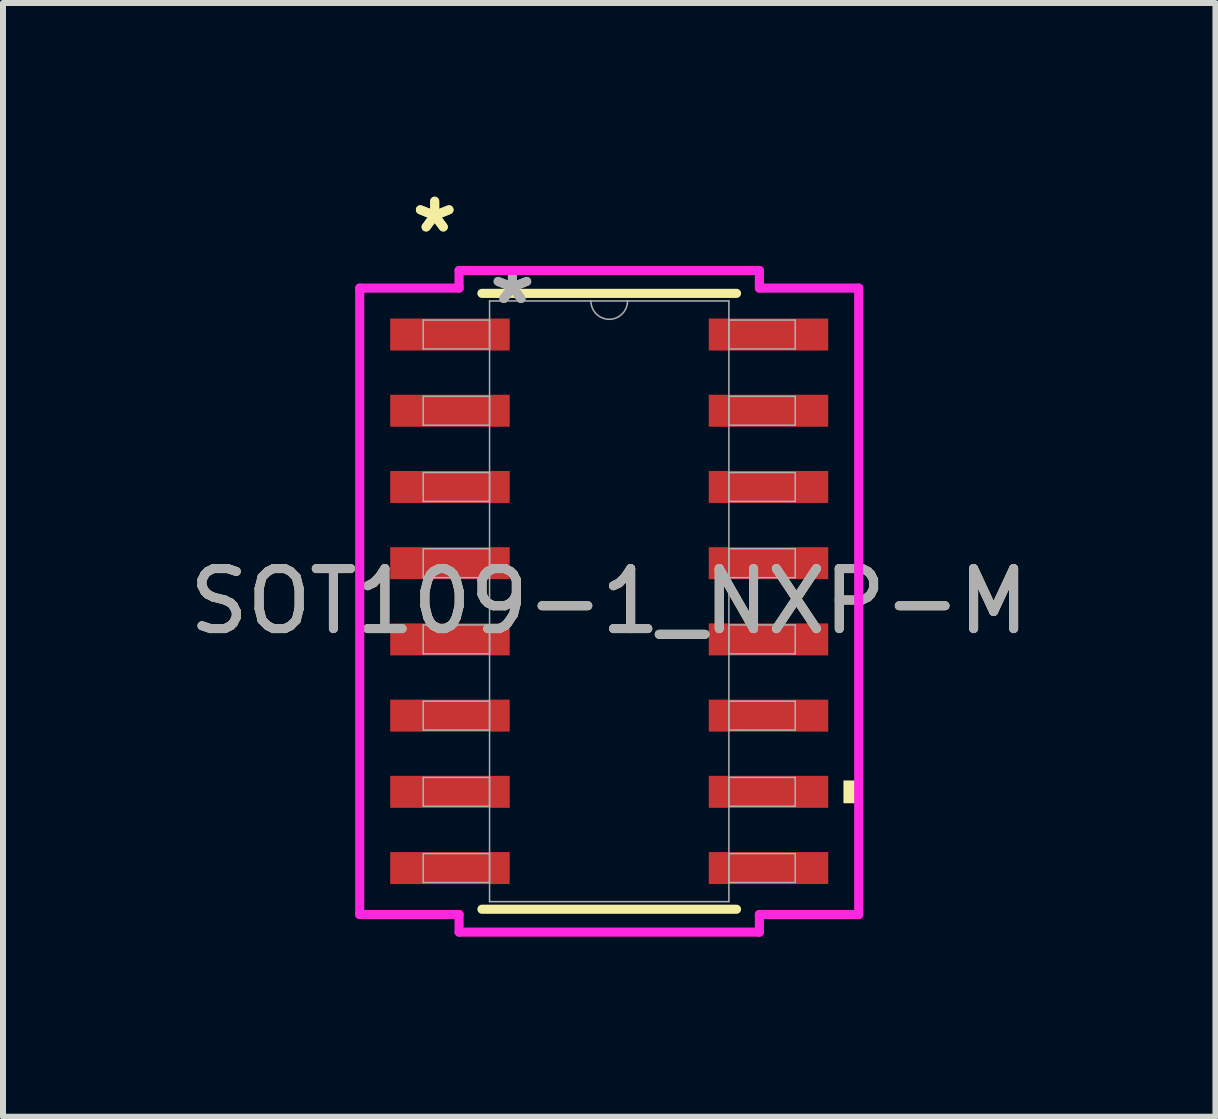
<source format=kicad_pcb>
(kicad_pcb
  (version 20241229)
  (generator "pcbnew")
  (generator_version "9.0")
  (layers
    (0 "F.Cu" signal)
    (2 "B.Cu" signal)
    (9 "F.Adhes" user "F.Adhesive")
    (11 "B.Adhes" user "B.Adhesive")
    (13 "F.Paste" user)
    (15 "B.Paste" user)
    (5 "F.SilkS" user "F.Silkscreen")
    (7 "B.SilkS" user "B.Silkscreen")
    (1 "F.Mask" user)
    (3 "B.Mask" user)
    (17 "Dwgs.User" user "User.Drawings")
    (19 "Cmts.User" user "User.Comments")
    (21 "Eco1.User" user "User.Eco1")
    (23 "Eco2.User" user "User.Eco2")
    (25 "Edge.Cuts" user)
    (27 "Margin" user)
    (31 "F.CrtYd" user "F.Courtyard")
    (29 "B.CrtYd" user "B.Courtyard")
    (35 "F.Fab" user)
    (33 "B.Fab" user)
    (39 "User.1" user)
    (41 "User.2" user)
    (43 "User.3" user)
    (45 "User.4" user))
  (footprint "SOT109-1_NXP-M"
    (layer "F.Cu")
    (at 7.101 6.969)
    (property "Reference" "SOT109-1_NXP-M" (at 0 0 0) (unlocked yes) (layer "F.SilkS") (effects (font (size 1 1) (thickness 0.15))))
    (attr smd)
    (fp_line (start -2.121 5.131) (end 2.121 5.131) (stroke (width 0.152) (type solid)) (layer "F.SilkS"))
    (fp_line (start 2.121 -5.131) (end -2.121 -5.131) (stroke (width 0.152) (type solid)) (layer "F.SilkS"))
    (fp_poly (pts (xy 4.157 2.985) (xy 4.157 3.365) (xy 3.903 3.365) (xy 3.903 2.985)) (stroke (width 0) (type solid)) (fill yes) (layer "F.SilkS"))
    (fp_line (start -4.157 -5.219) (end -2.502 -5.219) (stroke (width 0.152) (type solid)) (layer "F.CrtYd"))
    (fp_line (start -4.157 5.219) (end -4.157 -5.219) (stroke (width 0.152) (type solid)) (layer "F.CrtYd"))
    (fp_line (start -4.157 5.219) (end -2.502 5.219) (stroke (width 0.152) (type solid)) (layer "F.CrtYd"))
    (fp_line (start -2.502 -5.512) (end 2.502 -5.512) (stroke (width 0.152) (type solid)) (layer "F.CrtYd"))
    (fp_line (start -2.502 -5.219) (end -2.502 -5.512) (stroke (width 0.152) (type solid)) (layer "F.CrtYd"))
    (fp_line (start -2.502 5.512) (end -2.502 5.219) (stroke (width 0.152) (type solid)) (layer "F.CrtYd"))
    (fp_line (start 2.502 -5.512) (end 2.502 -5.219) (stroke (width 0.152) (type solid)) (layer "F.CrtYd"))
    (fp_line (start 2.502 5.219) (end 2.502 5.512) (stroke (width 0.152) (type solid)) (layer "F.CrtYd"))
    (fp_line (start 2.502 5.512) (end -2.502 5.512) (stroke (width 0.152) (type solid)) (layer "F.CrtYd"))
    (fp_line (start 4.157 -5.219) (end 2.502 -5.219) (stroke (width 0.152) (type solid)) (layer "F.CrtYd"))
    (fp_line (start 4.157 -5.219) (end 4.157 5.219) (stroke (width 0.152) (type solid)) (layer "F.CrtYd"))
    (fp_line (start 4.157 5.219) (end 2.502 5.219) (stroke (width 0.152) (type solid)) (layer "F.CrtYd"))
    (fp_line (start -3.099 -4.686) (end -3.099 -4.204) (stroke (width 0.025) (type solid)) (layer "F.Fab"))
    (fp_line (start -3.099 -4.204) (end -1.994 -4.204) (stroke (width 0.025) (type solid)) (layer "F.Fab"))
    (fp_line (start -3.099 -3.416) (end -3.099 -2.934) (stroke (width 0.025) (type solid)) (layer "F.Fab"))
    (fp_line (start -3.099 -2.934) (end -1.994 -2.934) (stroke (width 0.025) (type solid)) (layer "F.Fab"))
    (fp_line (start -3.099 -2.146) (end -3.099 -1.664) (stroke (width 0.025) (type solid)) (layer "F.Fab"))
    (fp_line (start -3.099 -1.664) (end -1.994 -1.664) (stroke (width 0.025) (type solid)) (layer "F.Fab"))
    (fp_line (start -3.099 -0.876) (end -3.099 -0.394) (stroke (width 0.025) (type solid)) (layer "F.Fab"))
    (fp_line (start -3.099 -0.394) (end -1.994 -0.394) (stroke (width 0.025) (type solid)) (layer "F.Fab"))
    (fp_line (start -3.099 0.394) (end -3.099 0.876) (stroke (width 0.025) (type solid)) (layer "F.Fab"))
    (fp_line (start -3.099 0.876) (end -1.994 0.876) (stroke (width 0.025) (type solid)) (layer "F.Fab"))
    (fp_line (start -3.099 1.664) (end -3.099 2.146) (stroke (width 0.025) (type solid)) (layer "F.Fab"))
    (fp_line (start -3.099 2.146) (end -1.994 2.146) (stroke (width 0.025) (type solid)) (layer "F.Fab"))
    (fp_line (start -3.099 2.934) (end -3.099 3.416) (stroke (width 0.025) (type solid)) (layer "F.Fab"))
    (fp_line (start -3.099 3.416) (end -1.994 3.416) (stroke (width 0.025) (type solid)) (layer "F.Fab"))
    (fp_line (start -3.099 4.204) (end -3.099 4.686) (stroke (width 0.025) (type solid)) (layer "F.Fab"))
    (fp_line (start -3.099 4.686) (end -1.994 4.686) (stroke (width 0.025) (type solid)) (layer "F.Fab"))
    (fp_line (start -1.994 -5.004) (end -1.994 5.004) (stroke (width 0.025) (type solid)) (layer "F.Fab"))
    (fp_line (start -1.994 -4.686) (end -3.099 -4.686) (stroke (width 0.025) (type solid)) (layer "F.Fab"))
    (fp_line (start -1.994 -4.204) (end -1.994 -4.686) (stroke (width 0.025) (type solid)) (layer "F.Fab"))
    (fp_line (start -1.994 -3.416) (end -3.099 -3.416) (stroke (width 0.025) (type solid)) (layer "F.Fab"))
    (fp_line (start -1.994 -2.934) (end -1.994 -3.416) (stroke (width 0.025) (type solid)) (layer "F.Fab"))
    (fp_line (start -1.994 -2.146) (end -3.099 -2.146) (stroke (width 0.025) (type solid)) (layer "F.Fab"))
    (fp_line (start -1.994 -1.664) (end -1.994 -2.146) (stroke (width 0.025) (type solid)) (layer "F.Fab"))
    (fp_line (start -1.994 -0.876) (end -3.099 -0.876) (stroke (width 0.025) (type solid)) (layer "F.Fab"))
    (fp_line (start -1.994 -0.394) (end -1.994 -0.876) (stroke (width 0.025) (type solid)) (layer "F.Fab"))
    (fp_line (start -1.994 0.394) (end -3.099 0.394) (stroke (width 0.025) (type solid)) (layer "F.Fab"))
    (fp_line (start -1.994 0.876) (end -1.994 0.394) (stroke (width 0.025) (type solid)) (layer "F.Fab"))
    (fp_line (start -1.994 1.664) (end -3.099 1.664) (stroke (width 0.025) (type solid)) (layer "F.Fab"))
    (fp_line (start -1.994 2.146) (end -1.994 1.664) (stroke (width 0.025) (type solid)) (layer "F.Fab"))
    (fp_line (start -1.994 2.934) (end -3.099 2.934) (stroke (width 0.025) (type solid)) (layer "F.Fab"))
    (fp_line (start -1.994 3.416) (end -1.994 2.934) (stroke (width 0.025) (type solid)) (layer "F.Fab"))
    (fp_line (start -1.994 4.204) (end -3.099 4.204) (stroke (width 0.025) (type solid)) (layer "F.Fab"))
    (fp_line (start -1.994 4.686) (end -1.994 4.204) (stroke (width 0.025) (type solid)) (layer "F.Fab"))
    (fp_line (start -1.994 5.004) (end 1.994 5.004) (stroke (width 0.025) (type solid)) (layer "F.Fab"))
    (fp_line (start 1.994 -5.004) (end -1.994 -5.004) (stroke (width 0.025) (type solid)) (layer "F.Fab"))
    (fp_line (start 1.994 -4.686) (end 1.994 -4.204) (stroke (width 0.025) (type solid)) (layer "F.Fab"))
    (fp_line (start 1.994 -4.204) (end 3.099 -4.204) (stroke (width 0.025) (type solid)) (layer "F.Fab"))
    (fp_line (start 1.994 -3.416) (end 1.994 -2.934) (stroke (width 0.025) (type solid)) (layer "F.Fab"))
    (fp_line (start 1.994 -2.934) (end 3.099 -2.934) (stroke (width 0.025) (type solid)) (layer "F.Fab"))
    (fp_line (start 1.994 -2.146) (end 1.994 -1.664) (stroke (width 0.025) (type solid)) (layer "F.Fab"))
    (fp_line (start 1.994 -1.664) (end 3.099 -1.664) (stroke (width 0.025) (type solid)) (layer "F.Fab"))
    (fp_line (start 1.994 -0.876) (end 1.994 -0.394) (stroke (width 0.025) (type solid)) (layer "F.Fab"))
    (fp_line (start 1.994 -0.394) (end 3.099 -0.394) (stroke (width 0.025) (type solid)) (layer "F.Fab"))
    (fp_line (start 1.994 0.394) (end 1.994 0.876) (stroke (width 0.025) (type solid)) (layer "F.Fab"))
    (fp_line (start 1.994 0.876) (end 3.099 0.876) (stroke (width 0.025) (type solid)) (layer "F.Fab"))
    (fp_line (start 1.994 1.664) (end 1.994 2.146) (stroke (width 0.025) (type solid)) (layer "F.Fab"))
    (fp_line (start 1.994 2.146) (end 3.099 2.146) (stroke (width 0.025) (type solid)) (layer "F.Fab"))
    (fp_line (start 1.994 2.934) (end 1.994 3.416) (stroke (width 0.025) (type solid)) (layer "F.Fab"))
    (fp_line (start 1.994 3.416) (end 3.099 3.416) (stroke (width 0.025) (type solid)) (layer "F.Fab"))
    (fp_line (start 1.994 4.204) (end 1.994 4.686) (stroke (width 0.025) (type solid)) (layer "F.Fab"))
    (fp_line (start 1.994 4.686) (end 3.099 4.686) (stroke (width 0.025) (type solid)) (layer "F.Fab"))
    (fp_line (start 1.994 5.004) (end 1.994 -5.004) (stroke (width 0.025) (type solid)) (layer "F.Fab"))
    (fp_line (start 3.099 -4.686) (end 1.994 -4.686) (stroke (width 0.025) (type solid)) (layer "F.Fab"))
    (fp_line (start 3.099 -4.204) (end 3.099 -4.686) (stroke (width 0.025) (type solid)) (layer "F.Fab"))
    (fp_line (start 3.099 -3.416) (end 1.994 -3.416) (stroke (width 0.025) (type solid)) (layer "F.Fab"))
    (fp_line (start 3.099 -2.934) (end 3.099 -3.416) (stroke (width 0.025) (type solid)) (layer "F.Fab"))
    (fp_line (start 3.099 -2.146) (end 1.994 -2.146) (stroke (width 0.025) (type solid)) (layer "F.Fab"))
    (fp_line (start 3.099 -1.664) (end 3.099 -2.146) (stroke (width 0.025) (type solid)) (layer "F.Fab"))
    (fp_line (start 3.099 -0.876) (end 1.994 -0.876) (stroke (width 0.025) (type solid)) (layer "F.Fab"))
    (fp_line (start 3.099 -0.394) (end 3.099 -0.876) (stroke (width 0.025) (type solid)) (layer "F.Fab"))
    (fp_line (start 3.099 0.394) (end 1.994 0.394) (stroke (width 0.025) (type solid)) (layer "F.Fab"))
    (fp_line (start 3.099 0.876) (end 3.099 0.394) (stroke (width 0.025) (type solid)) (layer "F.Fab"))
    (fp_line (start 3.099 1.664) (end 1.994 1.664) (stroke (width 0.025) (type solid)) (layer "F.Fab"))
    (fp_line (start 3.099 2.146) (end 3.099 1.664) (stroke (width 0.025) (type solid)) (layer "F.Fab"))
    (fp_line (start 3.099 2.934) (end 1.994 2.934) (stroke (width 0.025) (type solid)) (layer "F.Fab"))
    (fp_line (start 3.099 3.416) (end 3.099 2.934) (stroke (width 0.025) (type solid)) (layer "F.Fab"))
    (fp_line (start 3.099 4.204) (end 1.994 4.204) (stroke (width 0.025) (type solid)) (layer "F.Fab"))
    (fp_line (start 3.099 4.686) (end 3.099 4.204) (stroke (width 0.025) (type solid)) (layer "F.Fab"))
    (fp_arc (start 0.3048 -5.0038) (mid 0 -4.699) (end -0.3048 -5.0038) (stroke (width 0.0254) (type solid)) (layer "F.Fab"))
    (fp_text user "*" (at -2.908 -6.121 0) (layer "F.SilkS") (effects (font (size 1 1) (thickness 0.15))))
    (fp_text user "*" (at -2.908 -6.121 0) (unlocked yes) (layer "F.SilkS") (effects (font (size 1 1) (thickness 0.15))))
    (fp_text user "*" (at -1.613 -4.928 0) (layer "F.Fab") (effects (font (size 1 1) (thickness 0.15))))
    (fp_text user "${REFERENCE}" (at 0 0 0) (unlocked yes) (layer "F.Fab") (effects (font (size 1 1) (thickness 0.15))))
    (fp_text user "*" (at -1.613 -4.928 0) (unlocked yes) (layer "F.Fab") (effects (font (size 1 1) (thickness 0.15))))
    (pad "1" smd rect (at -2.654 -4.445) (size 1.991 0.533) (layers "F.Cu" "F.Mask" "F.Paste"))
    (pad "2" smd rect (at -2.654 -3.175) (size 1.991 0.533) (layers "F.Cu" "F.Mask" "F.Paste"))
    (pad "3" smd rect (at -2.654 -1.905) (size 1.991 0.533) (layers "F.Cu" "F.Mask" "F.Paste"))
    (pad "4" smd rect (at -2.654 -0.635) (size 1.991 0.533) (layers "F.Cu" "F.Mask" "F.Paste"))
    (pad "5" smd rect (at -2.654 0.635) (size 1.991 0.533) (layers "F.Cu" "F.Mask" "F.Paste"))
    (pad "6" smd rect (at -2.654 1.905) (size 1.991 0.533) (layers "F.Cu" "F.Mask" "F.Paste"))
    (pad "7" smd rect (at -2.654 3.175) (size 1.991 0.533) (layers "F.Cu" "F.Mask" "F.Paste"))
    (pad "8" smd rect (at -2.654 4.445) (size 1.991 0.533) (layers "F.Cu" "F.Mask" "F.Paste"))
    (pad "9" smd rect (at 2.654 4.445) (size 1.991 0.533) (layers "F.Cu" "F.Mask" "F.Paste"))
    (pad "10" smd rect (at 2.654 3.175) (size 1.991 0.533) (layers "F.Cu" "F.Mask" "F.Paste"))
    (pad "11" smd rect (at 2.654 1.905) (size 1.991 0.533) (layers "F.Cu" "F.Mask" "F.Paste"))
    (pad "12" smd rect (at 2.654 0.635) (size 1.991 0.533) (layers "F.Cu" "F.Mask" "F.Paste"))
    (pad "13" smd rect (at 2.654 -0.635) (size 1.991 0.533) (layers "F.Cu" "F.Mask" "F.Paste"))
    (pad "14" smd rect (at 2.654 -1.905) (size 1.991 0.533) (layers "F.Cu" "F.Mask" "F.Paste"))
    (pad "15" smd rect (at 2.654 -3.175) (size 1.991 0.533) (layers "F.Cu" "F.Mask" "F.Paste"))
    (pad "16" smd rect (at 2.654 -4.445) (size 1.991 0.533) (layers "F.Cu" "F.Mask" "F.Paste")))
  (gr_rect
    (start -3 -3)
    (end 17.202 15.557)
    (stroke (width 0.1) (type default))
    (fill no)
    (layer "Edge.Cuts")))
</source>
